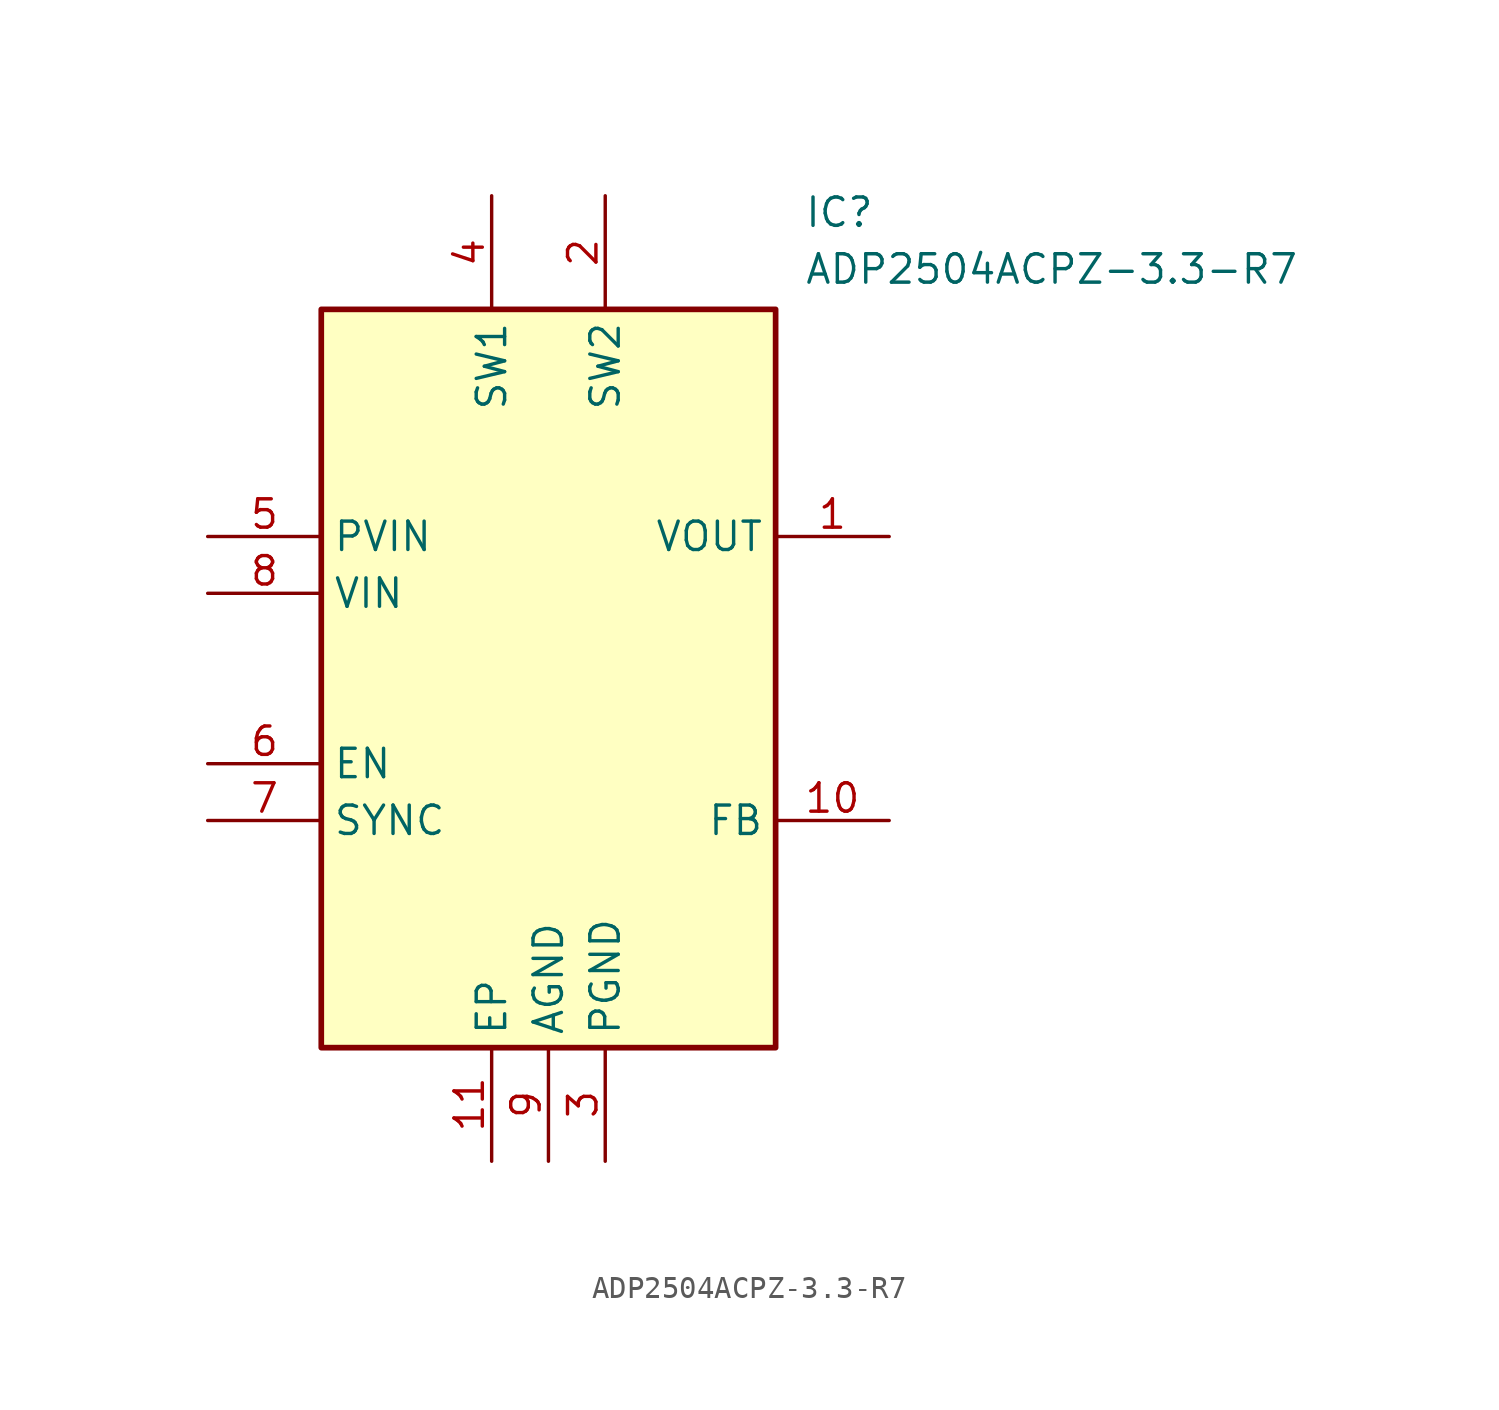
<source format=kicad_sym>
(kicad_symbol_lib
  (version 20211014)
  (generator SamacSys_ECAD_Model)
  (symbol "ADP2504ACPZ-3.3-R7"
    (property "Reference" "IC"
      (at 26.67 15.24 0)
      (effects (font (size 1.27 1.27)) (justify left top)))
    (property "Value" "ADP2504ACPZ-3.3-R7"
      (at 26.67 12.7 0)
      (effects (font (size 1.27 1.27)) (justify left top)))
    (rectangle
      (start 5.08 10.16)
      (end 25.4 -22.86)
      (stroke (width 0.254) (type default))
      (fill (type background)))
    (pin passive line
      (at 30.48 0 180)
      (length 5.08)
      (name "VOUT" (effects (font (size 1.27 1.27))))
      (number "1" (effects (font (size 1.27 1.27)))))
    (pin passive line
      (at 17.78 15.24 270)
      (length 5.08)
      (name "SW2" (effects (font (size 1.27 1.27))))
      (number "2" (effects (font (size 1.27 1.27)))))
    (pin passive line
      (at 17.78 -27.94 90)
      (length 5.08)
      (name "PGND" (effects (font (size 1.27 1.27))))
      (number "3" (effects (font (size 1.27 1.27)))))
    (pin passive line
      (at 12.7 15.24 270)
      (length 5.08)
      (name "SW1" (effects (font (size 1.27 1.27))))
      (number "4" (effects (font (size 1.27 1.27)))))
    (pin passive line
      (at 0 0 0)
      (length 5.08)
      (name "PVIN" (effects (font (size 1.27 1.27))))
      (number "5" (effects (font (size 1.27 1.27)))))
    (pin passive line
      (at 0 -10.16 0)
      (length 5.08)
      (name "EN" (effects (font (size 1.27 1.27))))
      (number "6" (effects (font (size 1.27 1.27)))))
    (pin passive line
      (at 0 -12.7 0)
      (length 5.08)
      (name "SYNC" (effects (font (size 1.27 1.27))))
      (number "7" (effects (font (size 1.27 1.27)))))
    (pin passive line
      (at 0 -2.54 0)
      (length 5.08)
      (name "VIN" (effects (font (size 1.27 1.27))))
      (number "8" (effects (font (size 1.27 1.27)))))
    (pin passive line
      (at 15.24 -27.94 90)
      (length 5.08)
      (name "AGND" (effects (font (size 1.27 1.27))))
      (number "9" (effects (font (size 1.27 1.27)))))
    (pin passive line
      (at 30.48 -12.7 180)
      (length 5.08)
      (name "FB" (effects (font (size 1.27 1.27))))
      (number "10" (effects (font (size 1.27 1.27)))))
    (pin passive line
      (at 12.7 -27.94 90)
      (length 5.08)
      (name "EP" (effects (font (size 1.27 1.27))))
      (number "11" (effects (font (size 1.27 1.27)))))))
</source>
